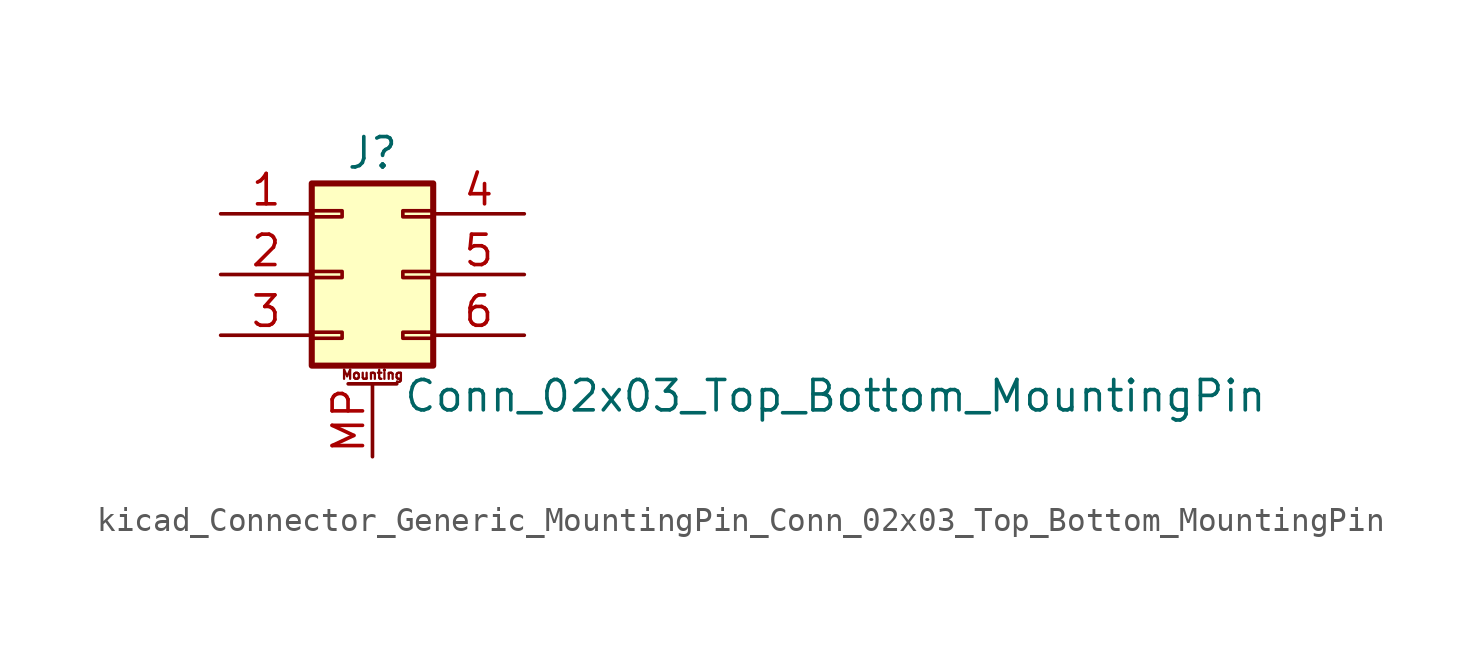
<source format=kicad_sym>
(kicad_symbol_lib
  (version 20220914)
  (generator kicad_symbol_editor)
  (symbol "kicad_Connector_Generic_MountingPin_Conn_02x03_Top_Bottom_MountingPin"
    (pin_names
      (offset 1.016) hide)
    (property "Reference" "J"
      (at 1.27 5.08 0)
      (effects (font (size 1.27 1.27))))
    (property "Value" "Conn_02x03_Top_Bottom_MountingPin"
      (at 2.54 -5.08 0)
      (effects (font (size 1.27 1.27)) (justify left)))
    (symbol "kicad_Connector_Generic_MountingPin_Conn_02x03_Top_Bottom_MountingPin_1_1"
      (rectangle (start -1.27 -2.413) (end 0 -2.667) (stroke (width 0.152) (type default)) (fill (type none)))
      (rectangle (start -1.27 0.127) (end 0 -0.127) (stroke (width 0.152) (type default)) (fill (type none)))
      (rectangle (start -1.27 2.667) (end 0 2.413) (stroke (width 0.152) (type default)) (fill (type none)))
      (rectangle (start -1.27 3.81) (end 3.81 -3.81) (stroke (width 0.254) (type default)) (fill (type background)))
      (polyline (pts (xy 0.254 -4.572) (xy 2.286 -4.572)) (stroke (width 0.152) (type default)) (fill (type none)))
      (rectangle (start 3.81 -2.413) (end 2.54 -2.667) (stroke (width 0.152) (type default)) (fill (type none)))
      (rectangle (start 3.81 0.127) (end 2.54 -0.127) (stroke (width 0.152) (type default)) (fill (type none)))
      (rectangle (start 3.81 2.667) (end 2.54 2.413) (stroke (width 0.152) (type default)) (fill (type none)))
      (text "Mounting" (at 1.27 -4.191 0) (effects (font (size 0.381 0.381))))
      (pin passive line (at -5.08 2.54 0) (length 3.81) (name "Pin_1" (effects (font (size 1.27 1.27)))) (number "1" (effects (font (size 1.27 1.27)))))
      (pin passive line (at -5.08 0 0) (length 3.81) (name "Pin_2" (effects (font (size 1.27 1.27)))) (number "2" (effects (font (size 1.27 1.27)))))
      (pin passive line (at -5.08 -2.54 0) (length 3.81) (name "Pin_3" (effects (font (size 1.27 1.27)))) (number "3" (effects (font (size 1.27 1.27)))))
      (pin passive line (at 7.62 2.54 180) (length 3.81) (name "Pin_4" (effects (font (size 1.27 1.27)))) (number "4" (effects (font (size 1.27 1.27)))))
      (pin passive line (at 7.62 0 180) (length 3.81) (name "Pin_5" (effects (font (size 1.27 1.27)))) (number "5" (effects (font (size 1.27 1.27)))))
      (pin passive line (at 7.62 -2.54 180) (length 3.81) (name "Pin_6" (effects (font (size 1.27 1.27)))) (number "6" (effects (font (size 1.27 1.27)))))
      (pin passive line (at 1.27 -7.62 90) (length 3.048) (name "MountPin" (effects (font (size 1.27 1.27)))) (number "MP" (effects (font (size 1.27 1.27))))))))
</source>
